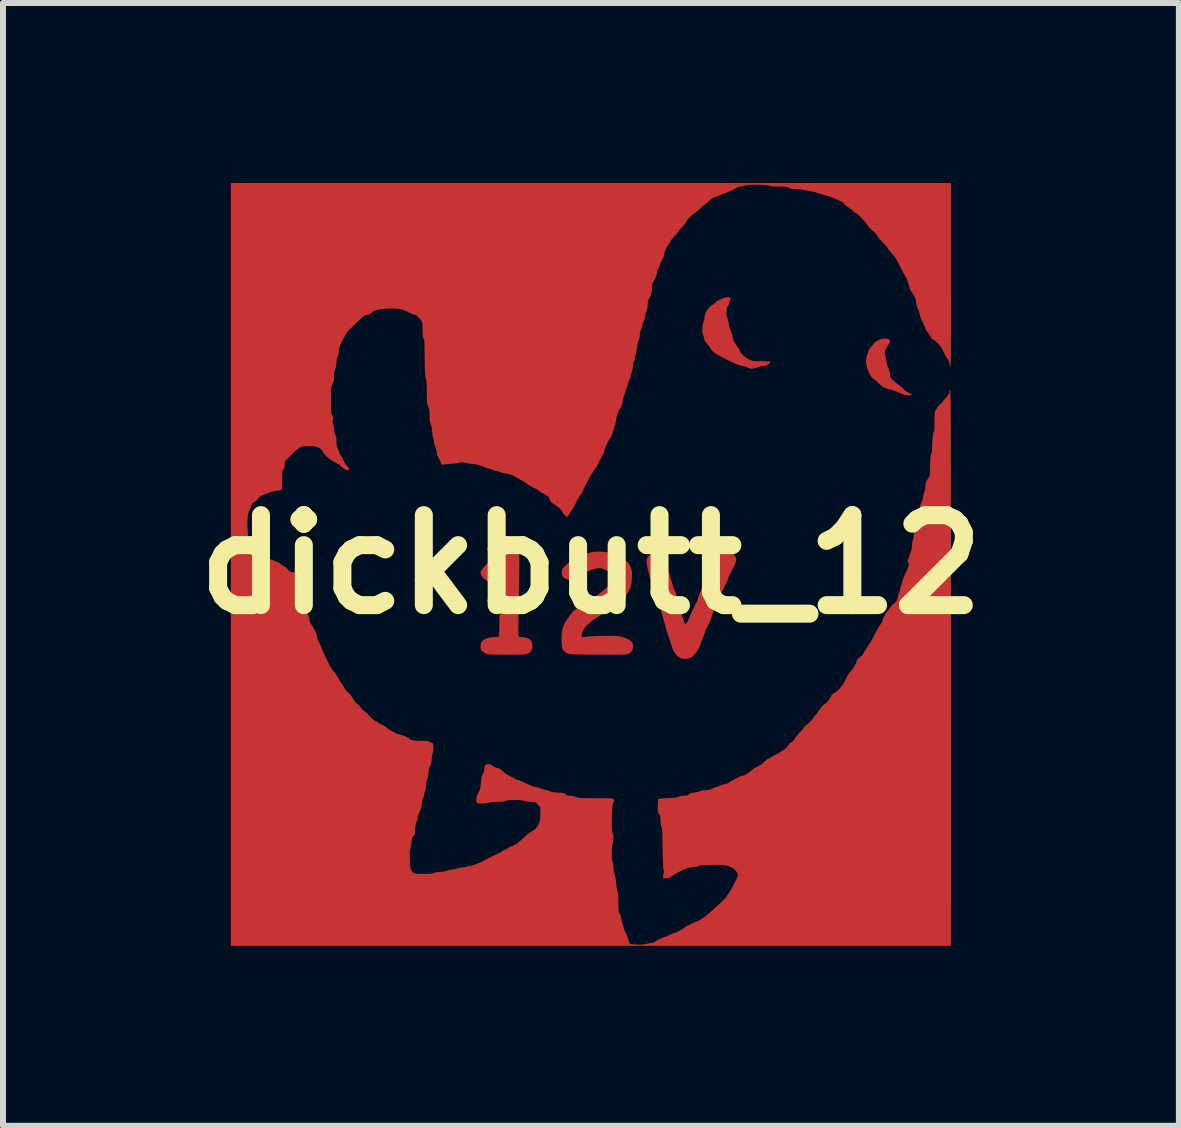
<source format=kicad_pcb>
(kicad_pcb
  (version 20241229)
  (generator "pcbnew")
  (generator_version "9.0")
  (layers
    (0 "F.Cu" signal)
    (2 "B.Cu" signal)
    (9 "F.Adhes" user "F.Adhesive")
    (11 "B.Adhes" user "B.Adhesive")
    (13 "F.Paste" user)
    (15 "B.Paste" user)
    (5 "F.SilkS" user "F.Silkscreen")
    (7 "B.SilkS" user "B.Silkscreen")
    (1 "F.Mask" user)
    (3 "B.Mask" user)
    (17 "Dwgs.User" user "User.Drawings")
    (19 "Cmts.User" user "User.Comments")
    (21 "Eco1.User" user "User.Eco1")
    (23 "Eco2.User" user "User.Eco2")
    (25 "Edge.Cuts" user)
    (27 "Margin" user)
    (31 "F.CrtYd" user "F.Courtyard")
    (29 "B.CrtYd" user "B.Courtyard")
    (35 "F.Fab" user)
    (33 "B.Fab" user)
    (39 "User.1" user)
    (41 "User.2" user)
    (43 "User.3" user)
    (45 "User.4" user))
  (footprint "dickbutt_12"
    (layer "F.Cu")
    (at 6.8 6.358)
    (property "Reference" "dickbutt_12" (at 0 0 0) (layer "F.SilkS") (effects (font (size 1.5 1.5) (thickness 0.3))))
    (attr board_only exclude_from_pos_files exclude_from_bom)
    (fp_poly (pts (xy 4.933 -3.762) (xy 4.961 -3.757) (xy 4.972 -3.752) (xy 4.982 -3.733) (xy 4.984 -3.709) (xy 4.978 -3.691) (xy 4.975 -3.688) (xy 4.966 -3.677) (xy 4.951 -3.653) (xy 4.932 -3.62) (xy 4.929 -3.614) (xy 4.908 -3.573) (xy 4.898 -3.544) (xy 4.897 -3.522) (xy 4.898 -3.52) (xy 4.904 -3.495) (xy 4.91 -3.46) (xy 4.913 -3.443) (xy 4.924 -3.385) (xy 4.933 -3.342) (xy 4.94 -3.311) (xy 4.948 -3.286) (xy 4.958 -3.265) (xy 4.962 -3.256) (xy 4.98 -3.206) (xy 4.984 -3.166) (xy 4.985 -3.141) (xy 4.991 -3.122) (xy 5.003 -3.103) (xy 5.026 -3.08) (xy 5.043 -3.064) (xy 5.08 -3.031) (xy 5.121 -2.998) (xy 5.155 -2.974) (xy 5.185 -2.951) (xy 5.208 -2.929) (xy 5.218 -2.915) (xy 5.234 -2.896) (xy 5.267 -2.875) (xy 5.289 -2.865) (xy 5.32 -2.849) (xy 5.342 -2.836) (xy 5.351 -2.827) (xy 5.342 -2.821) (xy 5.319 -2.818) (xy 5.287 -2.819) (xy 5.254 -2.822) (xy 5.225 -2.828) (xy 5.213 -2.832) (xy 5.181 -2.846) (xy 5.152 -2.857) (xy 5.126 -2.866) (xy 5.091 -2.881) (xy 5.061 -2.893) (xy 5.024 -2.907) (xy 4.991 -2.916) (xy 4.972 -2.919) (xy 4.95 -2.922) (xy 4.939 -2.928) (xy 4.926 -2.936) (xy 4.902 -2.943) (xy 4.897 -2.944) (xy 4.872 -2.953) (xy 4.844 -2.973) (xy 4.809 -3.007) (xy 4.801 -3.015) (xy 4.768 -3.047) (xy 4.737 -3.075) (xy 4.711 -3.094) (xy 4.706 -3.097) (xy 4.686 -3.112) (xy 4.666 -3.137) (xy 4.645 -3.174) (xy 4.634 -3.196) (xy 4.6 -3.285) (xy 4.584 -3.368) (xy 4.587 -3.442) (xy 4.608 -3.509) (xy 4.609 -3.512) (xy 4.621 -3.539) (xy 4.628 -3.561) (xy 4.628 -3.565) (xy 4.635 -3.58) (xy 4.651 -3.604) (xy 4.673 -3.631) (xy 4.698 -3.659) (xy 4.717 -3.683) (xy 4.727 -3.696) (xy 4.74 -3.709) (xy 4.765 -3.726) (xy 4.785 -3.737) (xy 4.826 -3.755) (xy 4.869 -3.763) (xy 4.897 -3.764)) (stroke (width 0) (type solid)) (fill yes) (layer "F.Cu"))
    (fp_poly (pts (xy 2.311 -4.451) (xy 2.326 -4.438) (xy 2.324 -4.413) (xy 2.315 -4.39) (xy 2.304 -4.364) (xy 2.299 -4.344) (xy 2.299 -4.342) (xy 2.294 -4.325) (xy 2.281 -4.301) (xy 2.279 -4.298) (xy 2.264 -4.262) (xy 2.258 -4.214) (xy 2.26 -4.161) (xy 2.27 -4.109) (xy 2.279 -4.084) (xy 2.291 -4.048) (xy 2.298 -4.013) (xy 2.299 -4.001) (xy 2.303 -3.968) (xy 2.313 -3.938) (xy 2.325 -3.912) (xy 2.339 -3.875) (xy 2.352 -3.835) (xy 2.363 -3.797) (xy 2.369 -3.768) (xy 2.37 -3.759) (xy 2.376 -3.737) (xy 2.392 -3.704) (xy 2.414 -3.667) (xy 2.439 -3.631) (xy 2.453 -3.613) (xy 2.471 -3.588) (xy 2.481 -3.564) (xy 2.482 -3.559) (xy 2.49 -3.539) (xy 2.511 -3.513) (xy 2.542 -3.483) (xy 2.579 -3.453) (xy 2.616 -3.427) (xy 2.646 -3.412) (xy 2.668 -3.402) (xy 2.69 -3.395) (xy 2.716 -3.391) (xy 2.749 -3.389) (xy 2.796 -3.388) (xy 2.844 -3.387) (xy 2.896 -3.387) (xy 2.941 -3.385) (xy 2.974 -3.383) (xy 2.992 -3.38) (xy 2.995 -3.379) (xy 2.99 -3.369) (xy 2.973 -3.351) (xy 2.958 -3.338) (xy 2.923 -3.316) (xy 2.89 -3.307) (xy 2.872 -3.306) (xy 2.835 -3.302) (xy 2.794 -3.292) (xy 2.78 -3.287) (xy 2.727 -3.269) (xy 2.686 -3.262) (xy 2.65 -3.265) (xy 2.615 -3.279) (xy 2.611 -3.281) (xy 2.577 -3.296) (xy 2.544 -3.305) (xy 2.532 -3.306) (xy 2.508 -3.31) (xy 2.471 -3.322) (xy 2.424 -3.34) (xy 2.372 -3.362) (xy 2.32 -3.386) (xy 2.273 -3.41) (xy 2.247 -3.424) (xy 2.208 -3.444) (xy 2.163 -3.467) (xy 2.138 -3.48) (xy 2.083 -3.511) (xy 2.042 -3.54) (xy 2.012 -3.571) (xy 1.988 -3.61) (xy 1.982 -3.621) (xy 1.967 -3.644) (xy 1.943 -3.67) (xy 1.935 -3.677) (xy 1.903 -3.718) (xy 1.892 -3.749) (xy 1.883 -3.785) (xy 1.87 -3.825) (xy 1.867 -3.834) (xy 1.859 -3.859) (xy 1.855 -3.883) (xy 1.856 -3.913) (xy 1.86 -3.954) (xy 1.862 -3.969) (xy 1.869 -4.01) (xy 1.875 -4.042) (xy 1.881 -4.062) (xy 1.883 -4.065) (xy 1.889 -4.077) (xy 1.892 -4.103) (xy 1.892 -4.113) (xy 1.902 -4.171) (xy 1.928 -4.228) (xy 1.967 -4.28) (xy 2.015 -4.322) (xy 2.036 -4.334) (xy 2.061 -4.35) (xy 2.077 -4.366) (xy 2.079 -4.369) (xy 2.092 -4.383) (xy 2.12 -4.401) (xy 2.157 -4.419) (xy 2.198 -4.435) (xy 2.237 -4.448) (xy 2.27 -4.455) (xy 2.278 -4.455)) (stroke (width 0) (type solid)) (fill yes) (layer "F.Cu"))
    (fp_poly (pts (xy -1.27 -0.23) (xy -1.225 -0.213) (xy -1.202 -0.193) (xy -1.2 -0.188) (xy -1.198 -0.178) (xy -1.196 -0.163) (xy -1.194 -0.141) (xy -1.193 -0.111) (xy -1.193 -0.071) (xy -1.193 -0.022) (xy -1.193 0.04) (xy -1.194 0.114) (xy -1.195 0.201) (xy -1.197 0.304) (xy -1.199 0.422) (xy -1.201 0.558) (xy -1.205 0.712) (xy -1.207 0.83) (xy -1.208 0.91) (xy -1.209 0.985) (xy -1.21 1.052) (xy -1.209 1.108) (xy -1.209 1.151) (xy -1.208 1.177) (xy -1.207 1.183) (xy -1.201 1.2) (xy -1.189 1.208) (xy -1.166 1.21) (xy -1.15 1.21) (xy -1.101 1.216) (xy -1.053 1.231) (xy -1.014 1.254) (xy -0.994 1.275) (xy -0.981 1.308) (xy -0.977 1.356) (xy -0.977 1.358) (xy -0.982 1.409) (xy -0.999 1.446) (xy -1.03 1.473) (xy -1.056 1.486) (xy -1.07 1.492) (xy -1.086 1.496) (xy -1.107 1.5) (xy -1.134 1.502) (xy -1.171 1.503) (xy -1.219 1.504) (xy -1.281 1.505) (xy -1.36 1.505) (xy -1.402 1.505) (xy -1.479 1.504) (xy -1.55 1.504) (xy -1.612 1.503) (xy -1.662 1.502) (xy -1.698 1.5) (xy -1.717 1.499) (xy -1.719 1.499) (xy -1.751 1.485) (xy -1.785 1.467) (xy -1.813 1.449) (xy -1.828 1.436) (xy -1.836 1.413) (xy -1.84 1.378) (xy -1.839 1.341) (xy -1.833 1.308) (xy -1.83 1.299) (xy -1.806 1.268) (xy -1.765 1.242) (xy -1.711 1.223) (xy -1.649 1.212) (xy -1.611 1.211) (xy -1.573 1.21) (xy -1.55 1.207) (xy -1.539 1.201) (xy -1.533 1.191) (xy -1.532 1.188) (xy -1.531 1.172) (xy -1.53 1.139) (xy -1.529 1.091) (xy -1.528 1.03) (xy -1.527 0.959) (xy -1.527 0.88) (xy -1.526 0.797) (xy -1.526 0.711) (xy -1.526 0.626) (xy -1.527 0.544) (xy -1.527 0.467) (xy -1.528 0.398) (xy -1.529 0.34) (xy -1.53 0.295) (xy -1.531 0.266) (xy -1.532 0.257) (xy -1.543 0.241) (xy -1.563 0.241) (xy -1.593 0.256) (xy -1.614 0.271) (xy -1.65 0.29) (xy -1.685 0.294) (xy -1.723 0.281) (xy -1.766 0.252) (xy -1.81 0.21) (xy -1.834 0.167) (xy -1.839 0.125) (xy -1.837 0.115) (xy -1.827 0.096) (xy -1.807 0.07) (xy -1.782 0.039) (xy -1.755 0.01) (xy -1.729 -0.014) (xy -1.71 -0.028) (xy -1.703 -0.031) (xy -1.689 -0.036) (xy -1.664 -0.05) (xy -1.639 -0.066) (xy -1.61 -0.085) (xy -1.588 -0.098) (xy -1.578 -0.102) (xy -1.565 -0.108) (xy -1.543 -0.123) (xy -1.519 -0.141) (xy -1.488 -0.164) (xy -1.459 -0.184) (xy -1.444 -0.194) (xy -1.382 -0.221) (xy -1.323 -0.233)) (stroke (width 0) (type solid)) (fill yes) (layer "F.Cu"))
    (fp_poly (pts (xy 2.319 -0.204) (xy 2.368 -0.177) (xy 2.396 -0.148) (xy 2.413 -0.12) (xy 2.421 -0.089) (xy 2.418 -0.054) (xy 2.405 -0.011) (xy 2.38 0.043) (xy 2.345 0.107) (xy 2.323 0.149) (xy 2.3 0.199) (xy 2.282 0.244) (xy 2.267 0.284) (xy 2.251 0.319) (xy 2.238 0.342) (xy 2.237 0.344) (xy 2.221 0.372) (xy 2.212 0.397) (xy 2.204 0.421) (xy 2.193 0.435) (xy 2.183 0.448) (xy 2.171 0.475) (xy 2.158 0.51) (xy 2.157 0.514) (xy 2.136 0.577) (xy 2.12 0.623) (xy 2.107 0.656) (xy 2.096 0.679) (xy 2.085 0.695) (xy 2.078 0.706) (xy 2.07 0.721) (xy 2.06 0.743) (xy 2.047 0.774) (xy 2.031 0.818) (xy 2.01 0.876) (xy 1.994 0.92) (xy 1.976 0.964) (xy 1.958 1.006) (xy 1.942 1.037) (xy 1.936 1.046) (xy 1.921 1.071) (xy 1.913 1.09) (xy 1.912 1.093) (xy 1.909 1.107) (xy 1.899 1.135) (xy 1.884 1.175) (xy 1.866 1.222) (xy 1.862 1.232) (xy 1.843 1.279) (xy 1.827 1.321) (xy 1.816 1.352) (xy 1.811 1.369) (xy 1.811 1.37) (xy 1.805 1.383) (xy 1.791 1.409) (xy 1.77 1.441) (xy 1.761 1.454) (xy 1.727 1.501) (xy 1.695 1.532) (xy 1.665 1.552) (xy 1.612 1.571) (xy 1.555 1.576) (xy 1.502 1.566) (xy 1.492 1.562) (xy 1.442 1.53) (xy 1.399 1.48) (xy 1.365 1.415) (xy 1.347 1.363) (xy 1.338 1.332) (xy 1.324 1.29) (xy 1.308 1.244) (xy 1.301 1.226) (xy 1.286 1.182) (xy 1.273 1.142) (xy 1.263 1.112) (xy 1.261 1.104) (xy 1.254 1.079) (xy 1.244 1.042) (xy 1.233 1.001) (xy 1.232 0.997) (xy 1.22 0.955) (xy 1.209 0.915) (xy 1.201 0.886) (xy 1.201 0.885) (xy 1.181 0.816) (xy 1.164 0.758) (xy 1.149 0.713) (xy 1.137 0.684) (xy 1.133 0.676) (xy 1.124 0.655) (xy 1.114 0.623) (xy 1.109 0.6) (xy 1.097 0.553) (xy 1.084 0.506) (xy 1.071 0.462) (xy 1.059 0.426) (xy 1.049 0.404) (xy 1.047 0.401) (xy 1.039 0.386) (xy 1.028 0.356) (xy 1.014 0.318) (xy 1 0.275) (xy 0.988 0.233) (xy 0.986 0.229) (xy 0.963 0.14) (xy 0.945 0.068) (xy 0.934 0.01) (xy 0.929 -0.035) (xy 0.929 -0.071) (xy 0.935 -0.098) (xy 0.945 -0.119) (xy 0.978 -0.155) (xy 1.02 -0.178) (xy 1.069 -0.191) (xy 1.119 -0.191) (xy 1.165 -0.18) (xy 1.205 -0.158) (xy 1.232 -0.123) (xy 1.232 -0.122) (xy 1.243 -0.095) (xy 1.254 -0.055) (xy 1.265 -0.012) (xy 1.267 -0.005) (xy 1.28 0.05) (xy 1.297 0.116) (xy 1.319 0.195) (xy 1.347 0.291) (xy 1.365 0.351) (xy 1.378 0.389) (xy 1.391 0.423) (xy 1.401 0.443) (xy 1.401 0.444) (xy 1.41 0.465) (xy 1.42 0.498) (xy 1.428 0.53) (xy 1.437 0.567) (xy 1.45 0.616) (xy 1.466 0.67) (xy 1.478 0.712) (xy 1.495 0.768) (xy 1.513 0.827) (xy 1.529 0.88) (xy 1.538 0.91) (xy 1.55 0.947) (xy 1.562 0.976) (xy 1.571 0.992) (xy 1.573 0.994) (xy 1.586 0.988) (xy 1.603 0.965) (xy 1.623 0.926) (xy 1.645 0.874) (xy 1.647 0.87) (xy 1.66 0.835) (xy 1.672 0.807) (xy 1.679 0.793) (xy 1.69 0.772) (xy 1.699 0.753) (xy 1.725 0.695) (xy 1.745 0.657) (xy 1.755 0.641) (xy 1.764 0.622) (xy 1.775 0.593) (xy 1.779 0.58) (xy 1.791 0.542) (xy 1.81 0.492) (xy 1.831 0.435) (xy 1.855 0.379) (xy 1.872 0.338) (xy 1.884 0.308) (xy 1.891 0.283) (xy 1.892 0.276) (xy 1.896 0.256) (xy 1.9 0.249) (xy 1.908 0.234) (xy 1.918 0.207) (xy 1.923 0.193) (xy 1.933 0.162) (xy 1.944 0.138) (xy 1.948 0.132) (xy 1.958 0.116) (xy 1.971 0.086) (xy 1.987 0.05) (xy 1.988 0.046) (xy 2.011 -0.008) (xy 2.035 -0.051) (xy 2.066 -0.091) (xy 2.105 -0.134) (xy 2.152 -0.175) (xy 2.194 -0.201) (xy 2.238 -0.212) (xy 2.261 -0.214)) (stroke (width 0) (type solid)) (fill yes) (layer "F.Cu"))
    (fp_poly (pts (xy 0.168 -0.213) (xy 0.215 -0.21) (xy 0.253 -0.206) (xy 0.268 -0.203) (xy 0.325 -0.187) (xy 0.372 -0.171) (xy 0.42 -0.152) (xy 0.453 -0.137) (xy 0.494 -0.117) (xy 0.536 -0.092) (xy 0.575 -0.066) (xy 0.608 -0.041) (xy 0.632 -0.02) (xy 0.641 -0.006) (xy 0.641 -0.006) (xy 0.645 0.01) (xy 0.656 0.036) (xy 0.663 0.051) (xy 0.674 0.077) (xy 0.68 0.103) (xy 0.683 0.137) (xy 0.684 0.184) (xy 0.684 0.199) (xy 0.677 0.3) (xy 0.657 0.387) (xy 0.624 0.459) (xy 0.581 0.516) (xy 0.562 0.539) (xy 0.55 0.558) (xy 0.549 0.562) (xy 0.541 0.581) (xy 0.516 0.606) (xy 0.479 0.638) (xy 0.43 0.672) (xy 0.409 0.686) (xy 0.376 0.707) (xy 0.349 0.723) (xy 0.333 0.732) (xy 0.331 0.732) (xy 0.32 0.738) (xy 0.296 0.752) (xy 0.265 0.771) (xy 0.232 0.793) (xy 0.201 0.814) (xy 0.177 0.831) (xy 0.167 0.839) (xy 0.146 0.855) (xy 0.115 0.876) (xy 0.085 0.894) (xy 0.05 0.916) (xy 0.018 0.938) (xy 0 0.953) (xy -0.021 0.973) (xy -0.05 1) (xy -0.073 1.021) (xy -0.108 1.059) (xy -0.132 1.101) (xy -0.142 1.129) (xy -0.154 1.171) (xy -0.157 1.196) (xy -0.154 1.203) (xy -0.138 1.208) (xy -0.105 1.208) (xy -0.053 1.203) (xy -0.047 1.202) (xy -0.005 1.198) (xy 0.051 1.195) (xy 0.118 1.192) (xy 0.189 1.191) (xy 0.256 1.19) (xy 0.327 1.19) (xy 0.382 1.191) (xy 0.423 1.193) (xy 0.457 1.195) (xy 0.484 1.2) (xy 0.511 1.206) (xy 0.54 1.215) (xy 0.545 1.216) (xy 0.6 1.236) (xy 0.64 1.257) (xy 0.665 1.278) (xy 0.687 1.302) (xy 0.698 1.323) (xy 0.702 1.352) (xy 0.702 1.366) (xy 0.697 1.41) (xy 0.682 1.443) (xy 0.651 1.471) (xy 0.631 1.484) (xy 0.622 1.489) (xy 0.612 1.493) (xy 0.599 1.497) (xy 0.582 1.499) (xy 0.559 1.501) (xy 0.527 1.503) (xy 0.485 1.504) (xy 0.431 1.504) (xy 0.362 1.505) (xy 0.278 1.505) (xy 0.176 1.504) (xy 0.137 1.504) (xy 0.024 1.504) (xy -0.077 1.503) (xy -0.166 1.502) (xy -0.24 1.5) (xy -0.298 1.498) (xy -0.338 1.496) (xy -0.36 1.493) (xy -0.361 1.493) (xy -0.416 1.471) (xy -0.457 1.437) (xy -0.474 1.412) (xy -0.481 1.388) (xy -0.486 1.348) (xy -0.489 1.298) (xy -0.49 1.243) (xy -0.489 1.187) (xy -0.486 1.137) (xy -0.481 1.098) (xy -0.479 1.088) (xy -0.465 1.042) (xy -0.451 1.002) (xy -0.438 0.975) (xy -0.435 0.971) (xy -0.426 0.959) (xy -0.409 0.934) (xy -0.388 0.901) (xy -0.38 0.89) (xy -0.342 0.836) (xy -0.306 0.792) (xy -0.266 0.755) (xy -0.219 0.721) (xy -0.16 0.685) (xy -0.122 0.664) (xy -0.055 0.627) (xy -0.007 0.595) (xy 0.022 0.57) (xy 0.03 0.56) (xy 0.043 0.543) (xy 0.052 0.539) (xy 0.071 0.533) (xy 0.1 0.515) (xy 0.136 0.49) (xy 0.177 0.459) (xy 0.217 0.426) (xy 0.253 0.394) (xy 0.282 0.365) (xy 0.293 0.351) (xy 0.318 0.316) (xy 0.332 0.288) (xy 0.339 0.257) (xy 0.343 0.223) (xy 0.349 0.154) (xy 0.294 0.12) (xy 0.231 0.086) (xy 0.177 0.066) (xy 0.131 0.061) (xy 0.08 0.068) (xy 0.019 0.086) (xy -0.047 0.115) (xy -0.112 0.151) (xy -0.17 0.19) (xy -0.209 0.216) (xy -0.252 0.239) (xy -0.295 0.256) (xy -0.329 0.264) (xy -0.336 0.264) (xy -0.371 0.259) (xy -0.41 0.244) (xy -0.446 0.225) (xy -0.47 0.204) (xy -0.472 0.202) (xy -0.484 0.171) (xy -0.488 0.131) (xy -0.482 0.093) (xy -0.477 0.078) (xy -0.463 0.058) (xy -0.44 0.032) (xy -0.428 0.02) (xy -0.406 0.001) (xy -0.375 -0.024) (xy -0.34 -0.05) (xy -0.304 -0.074) (xy -0.273 -0.095) (xy -0.25 -0.108) (xy -0.24 -0.112) (xy -0.228 -0.116) (xy -0.202 -0.126) (xy -0.17 -0.141) (xy -0.129 -0.159) (xy -0.087 -0.174) (xy -0.061 -0.183) (xy -0.028 -0.193) (xy 0.001 -0.202) (xy 0.008 -0.205) (xy 0.032 -0.209) (xy 0.071 -0.212) (xy 0.118 -0.213)) (stroke (width 0) (type solid)) (fill yes) (layer "F.Cu"))
    (fp_poly (pts (xy 6.002 -4.82) (xy 6.002 -4.611) (xy 6.002 -4.422) (xy 6.001 -4.252) (xy 6.001 -4.099) (xy 6.001 -3.963) (xy 6.001 -3.843) (xy 6 -3.737) (xy 6 -3.646) (xy 5.999 -3.567) (xy 5.999 -3.501) (xy 5.998 -3.446) (xy 5.997 -3.402) (xy 5.996 -3.366) (xy 5.994 -3.34) (xy 5.993 -3.321) (xy 5.992 -3.309) (xy 5.99 -3.302) (xy 5.988 -3.3) (xy 5.987 -3.301) (xy 5.976 -3.325) (xy 5.971 -3.356) (xy 5.971 -3.358) (xy 5.965 -3.392) (xy 5.946 -3.425) (xy 5.936 -3.437) (xy 5.914 -3.469) (xy 5.892 -3.51) (xy 5.875 -3.547) (xy 5.855 -3.593) (xy 5.828 -3.634) (xy 5.79 -3.676) (xy 5.786 -3.68) (xy 5.757 -3.708) (xy 5.732 -3.73) (xy 5.715 -3.742) (xy 5.712 -3.743) (xy 5.695 -3.752) (xy 5.675 -3.772) (xy 5.658 -3.798) (xy 5.651 -3.815) (xy 5.639 -3.837) (xy 5.618 -3.864) (xy 5.61 -3.871) (xy 5.581 -3.911) (xy 5.57 -3.942) (xy 5.56 -3.973) (xy 5.544 -4.01) (xy 5.527 -4.041) (xy 5.501 -4.093) (xy 5.485 -4.143) (xy 5.484 -4.153) (xy 5.474 -4.195) (xy 5.458 -4.239) (xy 5.45 -4.257) (xy 5.431 -4.309) (xy 5.419 -4.367) (xy 5.419 -4.372) (xy 5.414 -4.409) (xy 5.403 -4.444) (xy 5.385 -4.48) (xy 5.358 -4.524) (xy 5.335 -4.556) (xy 5.319 -4.584) (xy 5.31 -4.609) (xy 5.31 -4.613) (xy 5.306 -4.636) (xy 5.295 -4.668) (xy 5.29 -4.681) (xy 5.278 -4.711) (xy 5.27 -4.737) (xy 5.269 -4.744) (xy 5.264 -4.764) (xy 5.249 -4.79) (xy 5.246 -4.794) (xy 5.234 -4.815) (xy 5.214 -4.849) (xy 5.191 -4.893) (xy 5.164 -4.944) (xy 5.152 -4.969) (xy 5.125 -5.02) (xy 5.1 -5.067) (xy 5.079 -5.105) (xy 5.063 -5.13) (xy 5.057 -5.137) (xy 5.014 -5.186) (xy 4.983 -5.223) (xy 4.962 -5.248) (xy 4.949 -5.265) (xy 4.944 -5.275) (xy 4.944 -5.277) (xy 4.937 -5.289) (xy 4.918 -5.311) (xy 4.891 -5.339) (xy 4.872 -5.358) (xy 4.839 -5.391) (xy 4.811 -5.423) (xy 4.792 -5.448) (xy 4.787 -5.457) (xy 4.762 -5.497) (xy 4.722 -5.54) (xy 4.678 -5.576) (xy 4.655 -5.598) (xy 4.627 -5.63) (xy 4.599 -5.667) (xy 4.593 -5.676) (xy 4.567 -5.711) (xy 4.535 -5.749) (xy 4.5 -5.786) (xy 4.467 -5.818) (xy 4.438 -5.843) (xy 4.417 -5.857) (xy 4.41 -5.859) (xy 4.397 -5.866) (xy 4.376 -5.883) (xy 4.363 -5.895) (xy 4.332 -5.923) (xy 4.294 -5.95) (xy 4.282 -5.957) (xy 4.253 -5.976) (xy 4.232 -5.995) (xy 4.226 -6.004) (xy 4.221 -6.014) (xy 4.215 -6.022) (xy 4.205 -6.03) (xy 4.187 -6.04) (xy 4.158 -6.055) (xy 4.116 -6.075) (xy 4.089 -6.087) (xy 4.042 -6.108) (xy 3.994 -6.126) (xy 3.953 -6.14) (xy 3.937 -6.144) (xy 3.898 -6.154) (xy 3.862 -6.165) (xy 3.847 -6.171) (xy 3.82 -6.18) (xy 3.798 -6.185) (xy 3.796 -6.185) (xy 3.775 -6.189) (xy 3.753 -6.199) (xy 3.729 -6.207) (xy 3.693 -6.215) (xy 3.661 -6.219) (xy 3.618 -6.226) (xy 3.576 -6.235) (xy 3.552 -6.241) (xy 3.52 -6.248) (xy 3.477 -6.254) (xy 3.429 -6.256) (xy 3.423 -6.256) (xy 3.375 -6.257) (xy 3.341 -6.261) (xy 3.316 -6.269) (xy 3.304 -6.276) (xy 3.287 -6.285) (xy 3.267 -6.291) (xy 3.241 -6.294) (xy 3.203 -6.296) (xy 3.149 -6.297) (xy 3.14 -6.297) (xy 3.074 -6.298) (xy 3.024 -6.301) (xy 2.989 -6.307) (xy 2.974 -6.312) (xy 2.947 -6.318) (xy 2.904 -6.323) (xy 2.85 -6.327) (xy 2.79 -6.328) (xy 2.728 -6.328) (xy 2.669 -6.326) (xy 2.617 -6.322) (xy 2.578 -6.317) (xy 2.56 -6.312) (xy 2.524 -6.301) (xy 2.485 -6.297) (xy 2.483 -6.297) (xy 2.438 -6.288) (xy 2.414 -6.273) (xy 2.383 -6.252) (xy 2.348 -6.233) (xy 2.316 -6.219) (xy 2.295 -6.215) (xy 2.278 -6.21) (xy 2.274 -6.206) (xy 2.261 -6.197) (xy 2.241 -6.19) (xy 2.218 -6.182) (xy 2.184 -6.169) (xy 2.15 -6.154) (xy 2.115 -6.138) (xy 2.084 -6.128) (xy 2.066 -6.124) (xy 2.048 -6.117) (xy 2.021 -6.101) (xy 1.995 -6.08) (xy 1.96 -6.05) (xy 1.922 -6.019) (xy 1.901 -6.002) (xy 1.869 -5.975) (xy 1.831 -5.942) (xy 1.806 -5.92) (xy 1.772 -5.89) (xy 1.736 -5.861) (xy 1.714 -5.845) (xy 1.673 -5.813) (xy 1.638 -5.781) (xy 1.612 -5.753) (xy 1.598 -5.732) (xy 1.597 -5.726) (xy 1.591 -5.712) (xy 1.574 -5.687) (xy 1.55 -5.656) (xy 1.523 -5.625) (xy 1.497 -5.598) (xy 1.476 -5.578) (xy 1.473 -5.576) (xy 1.458 -5.56) (xy 1.455 -5.548) (xy 1.448 -5.535) (xy 1.43 -5.511) (xy 1.404 -5.482) (xy 1.394 -5.473) (xy 1.365 -5.442) (xy 1.342 -5.413) (xy 1.328 -5.392) (xy 1.327 -5.389) (xy 1.316 -5.367) (xy 1.297 -5.34) (xy 1.287 -5.328) (xy 1.262 -5.291) (xy 1.241 -5.245) (xy 1.226 -5.199) (xy 1.221 -5.162) (xy 1.216 -5.142) (xy 1.203 -5.111) (xy 1.185 -5.076) (xy 1.185 -5.076) (xy 1.167 -5.042) (xy 1.154 -5.012) (xy 1.149 -4.993) (xy 1.149 -4.993) (xy 1.144 -4.972) (xy 1.129 -4.946) (xy 1.128 -4.945) (xy 1.113 -4.914) (xy 1.102 -4.872) (xy 1.1 -4.855) (xy 1.089 -4.803) (xy 1.066 -4.757) (xy 1.058 -4.745) (xy 1.041 -4.719) (xy 1.03 -4.696) (xy 1.024 -4.67) (xy 1.019 -4.635) (xy 1.017 -4.598) (xy 1.013 -4.549) (xy 1.008 -4.515) (xy 0.999 -4.487) (xy 0.986 -4.46) (xy 0.978 -4.447) (xy 0.959 -4.411) (xy 0.949 -4.378) (xy 0.946 -4.339) (xy 0.946 -4.33) (xy 0.943 -4.284) (xy 0.934 -4.246) (xy 0.93 -4.237) (xy 0.92 -4.21) (xy 0.91 -4.172) (xy 0.905 -4.141) (xy 0.896 -4.095) (xy 0.883 -4.059) (xy 0.876 -4.047) (xy 0.86 -4.015) (xy 0.854 -3.983) (xy 0.849 -3.949) (xy 0.835 -3.916) (xy 0.834 -3.914) (xy 0.817 -3.867) (xy 0.814 -3.827) (xy 0.807 -3.772) (xy 0.793 -3.733) (xy 0.779 -3.692) (xy 0.773 -3.646) (xy 0.773 -3.645) (xy 0.77 -3.608) (xy 0.761 -3.563) (xy 0.753 -3.531) (xy 0.742 -3.492) (xy 0.735 -3.456) (xy 0.732 -3.433) (xy 0.728 -3.406) (xy 0.717 -3.388) (xy 0.717 -3.387) (xy 0.707 -3.368) (xy 0.702 -3.332) (xy 0.702 -3.312) (xy 0.695 -3.252) (xy 0.682 -3.209) (xy 0.669 -3.179) (xy 0.662 -3.151) (xy 0.662 -3.145) (xy 0.657 -3.119) (xy 0.647 -3.094) (xy 0.637 -3.068) (xy 0.625 -3.032) (xy 0.621 -3.017) (xy 0.611 -2.983) (xy 0.6 -2.955) (xy 0.595 -2.946) (xy 0.583 -2.92) (xy 0.58 -2.901) (xy 0.575 -2.877) (xy 0.564 -2.847) (xy 0.56 -2.839) (xy 0.548 -2.807) (xy 0.538 -2.766) (xy 0.533 -2.738) (xy 0.528 -2.704) (xy 0.522 -2.679) (xy 0.517 -2.669) (xy 0.51 -2.656) (xy 0.509 -2.641) (xy 0.501 -2.618) (xy 0.484 -2.595) (xy 0.483 -2.594) (xy 0.466 -2.573) (xy 0.458 -2.554) (xy 0.458 -2.553) (xy 0.454 -2.533) (xy 0.443 -2.504) (xy 0.438 -2.491) (xy 0.425 -2.453) (xy 0.418 -2.413) (xy 0.417 -2.403) (xy 0.414 -2.37) (xy 0.406 -2.342) (xy 0.403 -2.337) (xy 0.393 -2.313) (xy 0.384 -2.28) (xy 0.382 -2.266) (xy 0.375 -2.23) (xy 0.364 -2.198) (xy 0.361 -2.19) (xy 0.35 -2.166) (xy 0.346 -2.15) (xy 0.34 -2.135) (xy 0.326 -2.114) (xy 0.326 -2.113) (xy 0.308 -2.087) (xy 0.287 -2.05) (xy 0.266 -2.008) (xy 0.247 -1.966) (xy 0.232 -1.93) (xy 0.224 -1.904) (xy 0.224 -1.898) (xy 0.219 -1.876) (xy 0.206 -1.844) (xy 0.188 -1.809) (xy 0.188 -1.808) (xy 0.164 -1.764) (xy 0.139 -1.716) (xy 0.122 -1.683) (xy 0.101 -1.642) (xy 0.075 -1.602) (xy 0.058 -1.579) (xy 0.039 -1.552) (xy 0.014 -1.513) (xy -0.013 -1.467) (xy -0.035 -1.427) (xy -0.059 -1.38) (xy -0.082 -1.337) (xy -0.101 -1.302) (xy -0.112 -1.282) (xy -0.125 -1.254) (xy -0.132 -1.23) (xy -0.132 -1.226) (xy -0.139 -1.206) (xy -0.155 -1.182) (xy -0.157 -1.181) (xy -0.176 -1.157) (xy -0.199 -1.122) (xy -0.226 -1.074) (xy -0.259 -1.009) (xy -0.267 -0.992) (xy -0.287 -0.955) (xy -0.308 -0.921) (xy -0.322 -0.902) (xy -0.343 -0.872) (xy -0.364 -0.838) (xy -0.367 -0.833) (xy -0.382 -0.809) (xy -0.395 -0.795) (xy -0.398 -0.793) (xy -0.413 -0.801) (xy -0.434 -0.819) (xy -0.456 -0.842) (xy -0.472 -0.864) (xy -0.478 -0.878) (xy -0.486 -0.894) (xy -0.506 -0.918) (xy -0.535 -0.945) (xy -0.568 -0.972) (xy -0.601 -0.996) (xy -0.624 -1.008) (xy -0.664 -1.035) (xy -0.687 -1.068) (xy -0.692 -1.094) (xy -0.701 -1.114) (xy -0.724 -1.138) (xy -0.76 -1.164) (xy -0.802 -1.187) (xy -0.804 -1.188) (xy -0.835 -1.204) (xy -0.859 -1.219) (xy -0.868 -1.228) (xy -0.881 -1.239) (xy -0.907 -1.255) (xy -0.942 -1.273) (xy -0.954 -1.278) (xy -0.997 -1.3) (xy -1.038 -1.324) (xy -1.07 -1.345) (xy -1.072 -1.347) (xy -1.106 -1.372) (xy -1.147 -1.397) (xy -1.169 -1.409) (xy -1.205 -1.428) (xy -1.237 -1.447) (xy -1.252 -1.457) (xy -1.288 -1.477) (xy -1.334 -1.496) (xy -1.383 -1.51) (xy -1.423 -1.516) (xy -1.424 -1.516) (xy -1.456 -1.52) (xy -1.493 -1.531) (xy -1.504 -1.536) (xy -1.536 -1.548) (xy -1.565 -1.556) (xy -1.573 -1.556) (xy -1.598 -1.561) (xy -1.629 -1.572) (xy -1.638 -1.577) (xy -1.668 -1.589) (xy -1.695 -1.597) (xy -1.701 -1.597) (xy -1.725 -1.601) (xy -1.755 -1.612) (xy -1.765 -1.617) (xy -1.842 -1.649) (xy -1.923 -1.669) (xy -1.999 -1.678) (xy -2.044 -1.683) (xy -2.083 -1.689) (xy -2.112 -1.696) (xy -2.118 -1.699) (xy -2.143 -1.707) (xy -2.166 -1.702) (xy -2.174 -1.699) (xy -2.195 -1.693) (xy -2.232 -1.687) (xy -2.278 -1.681) (xy -2.324 -1.678) (xy -2.374 -1.674) (xy -2.418 -1.67) (xy -2.452 -1.667) (xy -2.469 -1.663) (xy -2.486 -1.661) (xy -2.495 -1.673) (xy -2.498 -1.685) (xy -2.507 -1.709) (xy -2.523 -1.743) (xy -2.54 -1.776) (xy -2.564 -1.829) (xy -2.573 -1.874) (xy -2.574 -1.881) (xy -2.579 -1.918) (xy -2.591 -1.957) (xy -2.594 -1.963) (xy -2.607 -1.998) (xy -2.614 -2.033) (xy -2.614 -2.04) (xy -2.618 -2.073) (xy -2.628 -2.103) (xy -2.628 -2.104) (xy -2.635 -2.127) (xy -2.642 -2.163) (xy -2.646 -2.206) (xy -2.647 -2.218) (xy -2.654 -2.278) (xy -2.665 -2.327) (xy -2.672 -2.346) (xy -2.682 -2.374) (xy -2.688 -2.406) (xy -2.689 -2.448) (xy -2.689 -2.477) (xy -2.689 -2.526) (xy -2.692 -2.562) (xy -2.699 -2.594) (xy -2.711 -2.626) (xy -2.72 -2.648) (xy -2.727 -2.668) (xy -2.731 -2.691) (xy -2.734 -2.72) (xy -2.735 -2.758) (xy -2.736 -2.809) (xy -2.736 -2.876) (xy -2.737 -2.948) (xy -2.738 -3.001) (xy -2.74 -3.04) (xy -2.743 -3.066) (xy -2.748 -3.083) (xy -2.751 -3.088) (xy -2.755 -3.1) (xy -2.759 -3.124) (xy -2.762 -3.16) (xy -2.765 -3.21) (xy -2.768 -3.275) (xy -2.77 -3.356) (xy -2.772 -3.454) (xy -2.774 -3.571) (xy -2.776 -3.701) (xy -2.779 -3.735) (xy -2.789 -3.764) (xy -2.792 -3.769) (xy -2.799 -3.786) (xy -2.804 -3.812) (xy -2.807 -3.851) (xy -2.808 -3.906) (xy -2.808 -3.914) (xy -2.808 -3.966) (xy -2.809 -4.002) (xy -2.812 -4.027) (xy -2.818 -4.045) (xy -2.827 -4.062) (xy -2.837 -4.076) (xy -2.868 -4.113) (xy -2.899 -4.142) (xy -2.926 -4.158) (xy -2.938 -4.16) (xy -2.955 -4.165) (xy -2.983 -4.176) (xy -3.019 -4.192) (xy -3.026 -4.195) (xy -3.084 -4.223) (xy -3.132 -4.242) (xy -3.175 -4.255) (xy -3.219 -4.262) (xy -3.272 -4.266) (xy -3.336 -4.267) (xy -3.429 -4.264) (xy -3.509 -4.254) (xy -3.575 -4.239) (xy -3.624 -4.218) (xy -3.645 -4.204) (xy -3.68 -4.178) (xy -3.72 -4.162) (xy -3.747 -4.156) (xy -3.766 -4.151) (xy -3.786 -4.14) (xy -3.81 -4.121) (xy -3.842 -4.093) (xy -3.884 -4.052) (xy -3.896 -4.04) (xy -3.937 -3.999) (xy -3.977 -3.961) (xy -4.01 -3.928) (xy -4.034 -3.905) (xy -4.04 -3.9) (xy -4.06 -3.876) (xy -4.085 -3.838) (xy -4.114 -3.788) (xy -4.138 -3.742) (xy -4.164 -3.689) (xy -4.182 -3.65) (xy -4.193 -3.62) (xy -4.199 -3.595) (xy -4.201 -3.57) (xy -4.201 -3.558) (xy -4.206 -3.506) (xy -4.221 -3.467) (xy -4.221 -3.466) (xy -4.235 -3.435) (xy -4.241 -3.393) (xy -4.242 -3.367) (xy -4.249 -3.299) (xy -4.262 -3.257) (xy -4.275 -3.219) (xy -4.281 -3.174) (xy -4.282 -3.131) (xy -4.284 -3.085) (xy -4.289 -3.051) (xy -4.299 -3.022) (xy -4.308 -3.003) (xy -4.316 -2.987) (xy -4.323 -2.971) (xy -4.327 -2.954) (xy -4.33 -2.931) (xy -4.332 -2.899) (xy -4.333 -2.857) (xy -4.333 -2.799) (xy -4.333 -2.733) (xy -4.333 -2.661) (xy -4.333 -2.605) (xy -4.332 -2.564) (xy -4.33 -2.535) (xy -4.327 -2.515) (xy -4.322 -2.5) (xy -4.316 -2.489) (xy -4.311 -2.482) (xy -4.298 -2.46) (xy -4.295 -2.442) (xy -4.301 -2.416) (xy -4.302 -2.413) (xy -4.31 -2.384) (xy -4.307 -2.361) (xy -4.299 -2.342) (xy -4.289 -2.312) (xy -4.283 -2.274) (xy -4.282 -2.26) (xy -4.278 -2.216) (xy -4.265 -2.173) (xy -4.262 -2.165) (xy -4.25 -2.127) (xy -4.243 -2.079) (xy -4.242 -2.04) (xy -4.24 -1.994) (xy -4.236 -1.964) (xy -4.228 -1.943) (xy -4.221 -1.933) (xy -4.207 -1.906) (xy -4.201 -1.881) (xy -4.195 -1.858) (xy -4.179 -1.828) (xy -4.166 -1.81) (xy -4.144 -1.778) (xy -4.128 -1.746) (xy -4.124 -1.731) (xy -4.111 -1.7) (xy -4.086 -1.665) (xy -4.073 -1.65) (xy -4.044 -1.617) (xy -4.03 -1.593) (xy -4.032 -1.578) (xy -4.044 -1.57) (xy -4.063 -1.57) (xy -4.088 -1.577) (xy -4.112 -1.589) (xy -4.128 -1.602) (xy -4.13 -1.607) (xy -4.138 -1.616) (xy -4.144 -1.617) (xy -4.159 -1.625) (xy -4.175 -1.643) (xy -4.191 -1.661) (xy -4.206 -1.668) (xy -4.221 -1.673) (xy -4.223 -1.676) (xy -4.233 -1.684) (xy -4.257 -1.698) (xy -4.287 -1.714) (xy -4.331 -1.74) (xy -4.376 -1.774) (xy -4.417 -1.809) (xy -4.449 -1.844) (xy -4.47 -1.875) (xy -4.474 -1.885) (xy -4.483 -1.907) (xy -4.5 -1.924) (xy -4.532 -1.942) (xy -4.537 -1.945) (xy -4.566 -1.958) (xy -4.592 -1.966) (xy -4.623 -1.97) (xy -4.664 -1.972) (xy -4.696 -1.973) (xy -4.752 -1.972) (xy -4.798 -1.967) (xy -4.838 -1.955) (xy -4.875 -1.935) (xy -4.914 -1.906) (xy -4.959 -1.864) (xy -5 -1.822) (xy -5.1 -1.718) (xy -5.104 -1.658) (xy -5.111 -1.614) (xy -5.122 -1.587) (xy -5.128 -1.581) (xy -5.135 -1.572) (xy -5.141 -1.56) (xy -5.144 -1.54) (xy -5.146 -1.511) (xy -5.147 -1.467) (xy -5.147 -1.409) (xy -5.148 -1.342) (xy -5.15 -1.295) (xy -5.153 -1.263) (xy -5.157 -1.247) (xy -5.16 -1.244) (xy -5.176 -1.237) (xy -5.206 -1.231) (xy -5.236 -1.227) (xy -5.29 -1.218) (xy -5.348 -1.202) (xy -5.414 -1.178) (xy -5.47 -1.154) (xy -5.514 -1.132) (xy -5.542 -1.108) (xy -5.553 -1.092) (xy -5.577 -1.064) (xy -5.606 -1.043) (xy -5.609 -1.041) (xy -5.642 -1.017) (xy -5.662 -0.983) (xy -5.666 -0.96) (xy -5.672 -0.942) (xy -5.686 -0.919) (xy -5.687 -0.917) (xy -5.705 -0.879) (xy -5.718 -0.823) (xy -5.725 -0.751) (xy -5.726 -0.663) (xy -5.722 -0.562) (xy -5.72 -0.532) (xy -5.715 -0.481) (xy -5.709 -0.446) (xy -5.702 -0.423) (xy -5.692 -0.407) (xy -5.69 -0.405) (xy -5.67 -0.379) (xy -5.651 -0.349) (xy -5.65 -0.348) (xy -5.636 -0.327) (xy -5.626 -0.316) (xy -5.624 -0.315) (xy -5.616 -0.306) (xy -5.605 -0.283) (xy -5.595 -0.25) (xy -5.589 -0.224) (xy -5.578 -0.185) (xy -5.561 -0.147) (xy -5.542 -0.118) (xy -5.526 -0.103) (xy -5.508 -0.099) (xy -5.476 -0.094) (xy -5.434 -0.091) (xy -5.412 -0.09) (xy -5.35 -0.085) (xy -5.309 -0.077) (xy -5.29 -0.069) (xy -5.261 -0.054) (xy -5.239 -0.046) (xy -5.215 -0.035) (xy -5.186 -0.017) (xy -5.178 -0.011) (xy -5.15 0.009) (xy -5.125 0.022) (xy -5.12 0.024) (xy -5.1 0.036) (xy -5.075 0.058) (xy -5.065 0.069) (xy -5.041 0.094) (xy -5.018 0.114) (xy -5.011 0.119) (xy -4.98 0.129) (xy -4.938 0.131) (xy -4.893 0.127) (xy -4.854 0.116) (xy -4.809 0.106) (xy -4.756 0.104) (xy -4.754 0.104) (xy -4.694 0.107) (xy -4.698 0.168) (xy -4.702 0.204) (xy -4.71 0.235) (xy -4.716 0.249) (xy -4.724 0.272) (xy -4.729 0.308) (xy -4.73 0.33) (xy -4.736 0.388) (xy -4.75 0.43) (xy -4.764 0.469) (xy -4.771 0.52) (xy -4.772 0.576) (xy -4.767 0.629) (xy -4.755 0.673) (xy -4.75 0.684) (xy -4.737 0.718) (xy -4.73 0.751) (xy -4.73 0.757) (xy -4.726 0.79) (xy -4.716 0.825) (xy -4.715 0.826) (xy -4.705 0.858) (xy -4.697 0.898) (xy -4.694 0.917) (xy -4.689 0.949) (xy -4.681 0.974) (xy -4.676 0.982) (xy -4.665 0.995) (xy -4.648 1.02) (xy -4.626 1.054) (xy -4.618 1.067) (xy -4.591 1.117) (xy -4.575 1.159) (xy -4.566 1.202) (xy -4.566 1.203) (xy -4.557 1.25) (xy -4.542 1.282) (xy -4.539 1.285) (xy -4.525 1.306) (xy -4.51 1.339) (xy -4.496 1.377) (xy -4.495 1.378) (xy -4.48 1.422) (xy -4.462 1.465) (xy -4.448 1.495) (xy -4.433 1.524) (xy -4.413 1.565) (xy -4.39 1.612) (xy -4.375 1.643) (xy -4.351 1.688) (xy -4.327 1.729) (xy -4.305 1.761) (xy -4.293 1.775) (xy -4.267 1.804) (xy -4.245 1.836) (xy -4.242 1.841) (xy -4.215 1.893) (xy -4.195 1.929) (xy -4.179 1.955) (xy -4.166 1.972) (xy -4.161 1.978) (xy -4.146 1.998) (xy -4.126 2.029) (xy -4.112 2.055) (xy -4.09 2.09) (xy -4.065 2.12) (xy -4.049 2.134) (xy -4.024 2.153) (xy -4.006 2.172) (xy -4.004 2.175) (xy -3.993 2.194) (xy -3.976 2.223) (xy -3.958 2.253) (xy -3.934 2.287) (xy -3.908 2.316) (xy -3.89 2.331) (xy -3.862 2.354) (xy -3.838 2.383) (xy -3.836 2.386) (xy -3.813 2.415) (xy -3.785 2.439) (xy -3.782 2.441) (xy -3.76 2.458) (xy -3.73 2.485) (xy -3.698 2.518) (xy -3.688 2.529) (xy -3.656 2.562) (xy -3.624 2.59) (xy -3.597 2.609) (xy -3.592 2.611) (xy -3.562 2.626) (xy -3.537 2.643) (xy -3.535 2.644) (xy -3.509 2.661) (xy -3.486 2.669) (xy -3.462 2.68) (xy -3.433 2.7) (xy -3.414 2.716) (xy -3.387 2.736) (xy -3.35 2.76) (xy -3.307 2.784) (xy -3.262 2.807) (xy -3.222 2.825) (xy -3.19 2.836) (xy -3.176 2.838) (xy -3.151 2.843) (xy -3.115 2.855) (xy -3.079 2.87) (xy -3.049 2.887) (xy -3.039 2.894) (xy -3.015 2.913) (xy -2.99 2.926) (xy -2.961 2.934) (xy -2.923 2.938) (xy -2.871 2.94) (xy -2.843 2.94) (xy -2.788 2.94) (xy -2.749 2.942) (xy -2.72 2.946) (xy -2.697 2.953) (xy -2.675 2.963) (xy -2.675 2.963) (xy -2.63 2.986) (xy -2.626 3.049) (xy -2.627 3.092) (xy -2.632 3.125) (xy -2.636 3.135) (xy -2.643 3.156) (xy -2.649 3.19) (xy -2.654 3.233) (xy -2.655 3.247) (xy -2.66 3.296) (xy -2.666 3.33) (xy -2.676 3.354) (xy -2.683 3.366) (xy -2.698 3.392) (xy -2.704 3.424) (xy -2.706 3.457) (xy -2.712 3.519) (xy -2.726 3.565) (xy -2.743 3.626) (xy -2.747 3.681) (xy -2.75 3.728) (xy -2.758 3.761) (xy -2.762 3.768) (xy -2.773 3.793) (xy -2.777 3.819) (xy -2.782 3.848) (xy -2.793 3.882) (xy -2.798 3.895) (xy -2.811 3.935) (xy -2.817 3.978) (xy -2.818 3.988) (xy -2.823 4.031) (xy -2.839 4.081) (xy -2.853 4.115) (xy -2.87 4.156) (xy -2.883 4.195) (xy -2.889 4.224) (xy -2.889 4.228) (xy -2.894 4.26) (xy -2.906 4.295) (xy -2.909 4.303) (xy -2.921 4.333) (xy -2.928 4.37) (xy -2.93 4.42) (xy -2.93 4.424) (xy -2.93 4.466) (xy -2.933 4.492) (xy -2.939 4.507) (xy -2.948 4.515) (xy -2.949 4.516) (xy -2.97 4.538) (xy -2.984 4.576) (xy -2.99 4.628) (xy -2.991 4.646) (xy -2.994 4.686) (xy -3.003 4.722) (xy -3.007 4.733) (xy -3.014 4.749) (xy -3.018 4.769) (xy -3.02 4.797) (xy -3.021 4.836) (xy -3.019 4.891) (xy -3.019 4.913) (xy -3.016 4.973) (xy -3.013 5.018) (xy -3.009 5.05) (xy -3.003 5.074) (xy -2.995 5.094) (xy -2.99 5.103) (xy -2.979 5.122) (xy -2.966 5.137) (xy -2.949 5.146) (xy -2.924 5.152) (xy -2.888 5.156) (xy -2.838 5.157) (xy -2.778 5.157) (xy -2.715 5.156) (xy -2.67 5.153) (xy -2.639 5.148) (xy -2.624 5.142) (xy -2.599 5.134) (xy -2.56 5.128) (xy -2.53 5.127) (xy -2.467 5.122) (xy -2.408 5.108) (xy -2.403 5.106) (xy -2.365 5.095) (xy -2.329 5.088) (xy -2.311 5.086) (xy -2.276 5.082) (xy -2.245 5.072) (xy -2.217 5.063) (xy -2.178 5.056) (xy -2.148 5.052) (xy -2.112 5.048) (xy -2.085 5.042) (xy -2.072 5.036) (xy -2.055 5.029) (xy -2.028 5.025) (xy -2.021 5.025) (xy -1.996 5.021) (xy -1.958 5.01) (xy -1.912 4.994) (xy -1.865 4.976) (xy -1.822 4.957) (xy -1.787 4.939) (xy -1.77 4.928) (xy -1.755 4.919) (xy -1.726 4.904) (xy -1.686 4.885) (xy -1.64 4.863) (xy -1.629 4.858) (xy -1.58 4.835) (xy -1.536 4.813) (xy -1.501 4.795) (xy -1.479 4.782) (xy -1.477 4.781) (xy -1.457 4.767) (xy -1.442 4.761) (xy -1.442 4.761) (xy -1.429 4.755) (xy -1.405 4.742) (xy -1.387 4.73) (xy -1.356 4.711) (xy -1.326 4.697) (xy -1.314 4.693) (xy -1.281 4.679) (xy -1.239 4.653) (xy -1.192 4.618) (xy -1.144 4.576) (xy -1.114 4.547) (xy -1.077 4.513) (xy -1.037 4.481) (xy -1.001 4.458) (xy -0.997 4.456) (xy -0.951 4.429) (xy -0.918 4.4) (xy -0.891 4.363) (xy -0.871 4.324) (xy -0.859 4.296) (xy -0.851 4.27) (xy -0.846 4.24) (xy -0.845 4.201) (xy -0.844 4.16) (xy -0.844 4.051) (xy -0.883 4.007) (xy -0.922 3.963) (xy -1.013 3.957) (xy -1.057 3.953) (xy -1.094 3.948) (xy -1.12 3.941) (xy -1.126 3.939) (xy -1.148 3.933) (xy -1.185 3.929) (xy -1.232 3.927) (xy -1.283 3.926) (xy -1.333 3.928) (xy -1.378 3.932) (xy -1.411 3.937) (xy -1.424 3.942) (xy -1.45 3.95) (xy -1.493 3.955) (xy -1.556 3.957) (xy -1.556 3.957) (xy -1.616 3.959) (xy -1.666 3.964) (xy -1.702 3.972) (xy -1.704 3.973) (xy -1.736 3.98) (xy -1.776 3.985) (xy -1.819 3.987) (xy -1.858 3.986) (xy -1.887 3.981) (xy -1.9 3.975) (xy -1.908 3.958) (xy -1.912 3.93) (xy -1.912 3.919) (xy -1.91 3.887) (xy -1.903 3.859) (xy -1.886 3.825) (xy -1.88 3.815) (xy -1.862 3.779) (xy -1.849 3.744) (xy -1.841 3.702) (xy -1.835 3.649) (xy -1.833 3.63) (xy -1.828 3.577) (xy -1.822 3.541) (xy -1.815 3.516) (xy -1.805 3.497) (xy -1.802 3.494) (xy -1.785 3.459) (xy -1.78 3.419) (xy -1.775 3.372) (xy -1.758 3.343) (xy -1.73 3.328) (xy -1.711 3.326) (xy -1.673 3.334) (xy -1.639 3.356) (xy -1.596 3.382) (xy -1.56 3.392) (xy -1.529 3.4) (xy -1.503 3.416) (xy -1.473 3.445) (xy -1.472 3.445) (xy -1.425 3.486) (xy -1.368 3.519) (xy -1.365 3.521) (xy -1.327 3.539) (xy -1.293 3.557) (xy -1.271 3.57) (xy -1.247 3.585) (xy -1.226 3.591) (xy -1.225 3.591) (xy -1.207 3.595) (xy -1.177 3.606) (xy -1.141 3.622) (xy -1.135 3.625) (xy -1.064 3.658) (xy -1.011 3.682) (xy -0.973 3.697) (xy -0.95 3.703) (xy -0.947 3.703) (xy -0.93 3.706) (xy -0.899 3.714) (xy -0.862 3.726) (xy -0.854 3.729) (xy -0.811 3.743) (xy -0.768 3.756) (xy -0.735 3.764) (xy -0.733 3.764) (xy -0.703 3.773) (xy -0.68 3.782) (xy -0.675 3.785) (xy -0.66 3.79) (xy -0.629 3.795) (xy -0.588 3.8) (xy -0.548 3.804) (xy -0.497 3.807) (xy -0.463 3.811) (xy -0.441 3.816) (xy -0.428 3.823) (xy -0.419 3.833) (xy -0.419 3.833) (xy -0.406 3.847) (xy -0.386 3.853) (xy -0.353 3.855) (xy -0.35 3.855) (xy -0.305 3.86) (xy -0.258 3.871) (xy -0.244 3.876) (xy -0.227 3.882) (xy -0.209 3.886) (xy -0.188 3.89) (xy -0.159 3.893) (xy -0.122 3.894) (xy -0.073 3.895) (xy -0.01 3.896) (xy 0.071 3.896) (xy 0.086 3.896) (xy 0.174 3.896) (xy 0.245 3.897) (xy 0.299 3.898) (xy 0.338 3.901) (xy 0.364 3.906) (xy 0.379 3.914) (xy 0.386 3.924) (xy 0.385 3.939) (xy 0.379 3.957) (xy 0.371 3.976) (xy 0.364 4.004) (xy 0.357 4.048) (xy 0.352 4.104) (xy 0.349 4.166) (xy 0.347 4.232) (xy 0.346 4.297) (xy 0.347 4.358) (xy 0.35 4.411) (xy 0.354 4.451) (xy 0.361 4.475) (xy 0.361 4.475) (xy 0.371 4.51) (xy 0.375 4.557) (xy 0.373 4.607) (xy 0.364 4.653) (xy 0.361 4.664) (xy 0.354 4.695) (xy 0.349 4.739) (xy 0.346 4.79) (xy 0.346 4.843) (xy 0.348 4.893) (xy 0.353 4.934) (xy 0.36 4.961) (xy 0.361 4.964) (xy 0.369 4.988) (xy 0.375 5.025) (xy 0.376 5.056) (xy 0.379 5.098) (xy 0.386 5.139) (xy 0.393 5.162) (xy 0.401 5.191) (xy 0.409 5.232) (xy 0.416 5.28) (xy 0.418 5.305) (xy 0.424 5.354) (xy 0.431 5.401) (xy 0.439 5.439) (xy 0.443 5.452) (xy 0.45 5.483) (xy 0.455 5.528) (xy 0.457 5.589) (xy 0.458 5.646) (xy 0.458 5.705) (xy 0.459 5.747) (xy 0.461 5.776) (xy 0.465 5.796) (xy 0.471 5.809) (xy 0.478 5.818) (xy 0.491 5.842) (xy 0.501 5.876) (xy 0.503 5.888) (xy 0.509 5.925) (xy 0.517 5.958) (xy 0.52 5.966) (xy 0.53 5.997) (xy 0.539 6.033) (xy 0.539 6.037) (xy 0.548 6.067) (xy 0.564 6.106) (xy 0.582 6.147) (xy 0.583 6.149) (xy 0.601 6.19) (xy 0.616 6.231) (xy 0.625 6.262) (xy 0.625 6.263) (xy 0.633 6.293) (xy 0.645 6.315) (xy 0.648 6.319) (xy 0.668 6.327) (xy 0.703 6.332) (xy 0.749 6.336) (xy 0.799 6.337) (xy 0.849 6.335) (xy 0.895 6.331) (xy 0.93 6.325) (xy 0.935 6.323) (xy 0.972 6.313) (xy 1.007 6.307) (xy 1.02 6.307) (xy 1.056 6.299) (xy 1.088 6.276) (xy 1.112 6.258) (xy 1.131 6.247) (xy 1.136 6.246) (xy 1.153 6.241) (xy 1.179 6.23) (xy 1.187 6.225) (xy 1.214 6.213) (xy 1.235 6.206) (xy 1.239 6.205) (xy 1.254 6.201) (xy 1.281 6.189) (xy 1.312 6.175) (xy 1.345 6.159) (xy 1.372 6.148) (xy 1.386 6.144) (xy 1.406 6.139) (xy 1.437 6.126) (xy 1.473 6.108) (xy 1.508 6.088) (xy 1.535 6.07) (xy 1.538 6.067) (xy 1.568 6.046) (xy 1.599 6.028) (xy 1.601 6.027) (xy 1.627 6.014) (xy 1.648 6.002) (xy 1.648 6.002) (xy 1.664 5.994) (xy 1.69 5.981) (xy 1.722 5.967) (xy 1.752 5.953) (xy 1.775 5.944) (xy 1.785 5.941) (xy 1.801 5.934) (xy 1.829 5.917) (xy 1.866 5.892) (xy 1.907 5.862) (xy 1.951 5.828) (xy 1.992 5.794) (xy 2.029 5.761) (xy 2.046 5.746) (xy 2.072 5.72) (xy 2.109 5.686) (xy 2.15 5.649) (xy 2.18 5.621) (xy 2.214 5.588) (xy 2.243 5.56) (xy 2.262 5.539) (xy 2.268 5.528) (xy 2.274 5.513) (xy 2.289 5.49) (xy 2.291 5.487) (xy 2.312 5.457) (xy 2.337 5.416) (xy 2.363 5.369) (xy 2.39 5.319) (xy 2.414 5.27) (xy 2.433 5.227) (xy 2.447 5.193) (xy 2.452 5.173) (xy 2.444 5.149) (xy 2.424 5.119) (xy 2.398 5.089) (xy 2.369 5.064) (xy 2.343 5.05) (xy 2.341 5.049) (xy 2.311 5.038) (xy 2.289 5.026) (xy 2.269 5.02) (xy 2.233 5.015) (xy 2.183 5.011) (xy 2.125 5.009) (xy 2.062 5.008) (xy 1.997 5.008) (xy 1.935 5.01) (xy 1.88 5.012) (xy 1.834 5.017) (xy 1.802 5.022) (xy 1.79 5.026) (xy 1.764 5.037) (xy 1.724 5.044) (xy 1.693 5.047) (xy 1.659 5.05) (xy 1.627 5.056) (xy 1.594 5.067) (xy 1.552 5.084) (xy 1.505 5.106) (xy 1.457 5.13) (xy 1.412 5.155) (xy 1.375 5.177) (xy 1.353 5.194) (xy 1.326 5.215) (xy 1.299 5.226) (xy 1.261 5.23) (xy 1.205 5.234) (xy 1.202 5.199) (xy 1.203 5.173) (xy 1.209 5.155) (xy 1.21 5.154) (xy 1.219 5.137) (xy 1.218 5.114) (xy 1.21 5.089) (xy 1.206 5.069) (xy 1.203 5.03) (xy 1.2 4.971) (xy 1.197 4.894) (xy 1.195 4.8) (xy 1.193 4.688) (xy 1.191 4.56) (xy 1.19 4.489) (xy 1.188 4.44) (xy 1.182 4.397) (xy 1.175 4.37) (xy 1.167 4.341) (xy 1.161 4.301) (xy 1.16 4.264) (xy 1.158 4.222) (xy 1.153 4.194) (xy 1.143 4.173) (xy 1.137 4.165) (xy 1.126 4.149) (xy 1.12 4.132) (xy 1.116 4.109) (xy 1.114 4.074) (xy 1.114 4.027) (xy 1.115 3.981) (xy 1.117 3.944) (xy 1.12 3.918) (xy 1.122 3.91) (xy 1.135 3.906) (xy 1.164 3.903) (xy 1.206 3.899) (xy 1.256 3.896) (xy 1.275 3.895) (xy 1.343 3.892) (xy 1.394 3.887) (xy 1.431 3.881) (xy 1.456 3.873) (xy 1.457 3.873) (xy 1.493 3.862) (xy 1.538 3.856) (xy 1.555 3.855) (xy 1.591 3.854) (xy 1.612 3.849) (xy 1.625 3.839) (xy 1.63 3.833) (xy 1.642 3.82) (xy 1.663 3.812) (xy 1.698 3.805) (xy 1.715 3.803) (xy 1.756 3.797) (xy 1.793 3.788) (xy 1.816 3.78) (xy 1.846 3.77) (xy 1.888 3.764) (xy 1.907 3.764) (xy 1.965 3.758) (xy 2.004 3.745) (xy 2.039 3.729) (xy 2.076 3.715) (xy 2.08 3.713) (xy 2.117 3.7) (xy 2.156 3.684) (xy 2.162 3.681) (xy 2.196 3.669) (xy 2.228 3.662) (xy 2.235 3.662) (xy 2.269 3.654) (xy 2.297 3.637) (xy 2.325 3.617) (xy 2.361 3.597) (xy 2.373 3.592) (xy 2.412 3.573) (xy 2.451 3.551) (xy 2.46 3.546) (xy 2.492 3.53) (xy 2.522 3.521) (xy 2.531 3.52) (xy 2.558 3.514) (xy 2.589 3.499) (xy 2.595 3.494) (xy 2.624 3.474) (xy 2.651 3.455) (xy 2.655 3.452) (xy 2.682 3.432) (xy 2.706 3.411) (xy 2.729 3.394) (xy 2.763 3.375) (xy 2.787 3.363) (xy 2.833 3.337) (xy 2.878 3.301) (xy 2.892 3.287) (xy 2.92 3.261) (xy 2.944 3.242) (xy 2.96 3.235) (xy 2.96 3.235) (xy 2.98 3.228) (xy 3.004 3.213) (xy 3.008 3.21) (xy 3.037 3.191) (xy 3.065 3.178) (xy 3.067 3.178) (xy 3.092 3.167) (xy 3.124 3.149) (xy 3.141 3.137) (xy 3.167 3.118) (xy 3.187 3.105) (xy 3.195 3.103) (xy 3.209 3.095) (xy 3.232 3.078) (xy 3.257 3.054) (xy 3.279 3.029) (xy 3.294 3.008) (xy 3.297 3.004) (xy 3.313 2.981) (xy 3.329 2.971) (xy 3.361 2.95) (xy 3.392 2.915) (xy 3.411 2.884) (xy 3.426 2.862) (xy 3.451 2.832) (xy 3.481 2.801) (xy 3.482 2.799) (xy 3.511 2.769) (xy 3.535 2.739) (xy 3.55 2.717) (xy 3.55 2.716) (xy 3.566 2.693) (xy 3.584 2.679) (xy 3.601 2.669) (xy 3.626 2.648) (xy 3.653 2.621) (xy 3.68 2.593) (xy 3.701 2.568) (xy 3.712 2.549) (xy 3.713 2.546) (xy 3.72 2.532) (xy 3.739 2.514) (xy 3.743 2.511) (xy 3.765 2.491) (xy 3.779 2.471) (xy 3.78 2.469) (xy 3.796 2.436) (xy 3.821 2.399) (xy 3.851 2.365) (xy 3.878 2.341) (xy 3.878 2.341) (xy 3.925 2.305) (xy 3.966 2.26) (xy 3.995 2.213) (xy 3.998 2.204) (xy 4.014 2.174) (xy 4.036 2.153) (xy 4.062 2.139) (xy 4.105 2.109) (xy 4.151 2.064) (xy 4.195 2.007) (xy 4.233 1.943) (xy 4.246 1.916) (xy 4.267 1.875) (xy 4.288 1.838) (xy 4.306 1.81) (xy 4.308 1.807) (xy 4.36 1.742) (xy 4.396 1.69) (xy 4.418 1.652) (xy 4.425 1.628) (xy 4.428 1.606) (xy 4.438 1.587) (xy 4.459 1.565) (xy 4.493 1.537) (xy 4.494 1.537) (xy 4.518 1.516) (xy 4.534 1.498) (xy 4.537 1.491) (xy 4.543 1.476) (xy 4.558 1.452) (xy 4.567 1.44) (xy 4.587 1.412) (xy 4.601 1.387) (xy 4.604 1.38) (xy 4.616 1.354) (xy 4.627 1.339) (xy 4.644 1.317) (xy 4.665 1.284) (xy 4.69 1.24) (xy 4.722 1.181) (xy 4.746 1.134) (xy 4.77 1.088) (xy 4.795 1.045) (xy 4.817 1.011) (xy 4.832 0.991) (xy 4.856 0.956) (xy 4.862 0.93) (xy 4.868 0.903) (xy 4.882 0.871) (xy 4.888 0.862) (xy 4.903 0.838) (xy 4.912 0.819) (xy 4.913 0.815) (xy 4.92 0.803) (xy 4.937 0.782) (xy 4.953 0.764) (xy 4.976 0.737) (xy 4.994 0.715) (xy 4.999 0.704) (xy 5.01 0.688) (xy 5.033 0.667) (xy 5.047 0.656) (xy 5.089 0.617) (xy 5.112 0.574) (xy 5.117 0.539) (xy 5.122 0.508) (xy 5.132 0.485) (xy 5.142 0.461) (xy 5.151 0.427) (xy 5.154 0.411) (xy 5.16 0.375) (xy 5.17 0.343) (xy 5.174 0.334) (xy 5.184 0.308) (xy 5.188 0.288) (xy 5.193 0.268) (xy 5.204 0.239) (xy 5.208 0.229) (xy 5.22 0.202) (xy 5.227 0.182) (xy 5.228 0.178) (xy 5.233 0.164) (xy 5.245 0.138) (xy 5.262 0.105) (xy 5.264 0.101) (xy 5.287 0.053) (xy 5.298 0.014) (xy 5.298 -0.014) (xy 5.29 -0.025) (xy 5.281 -0.041) (xy 5.281 -0.066) (xy 5.288 -0.093) (xy 5.295 -0.106) (xy 5.307 -0.131) (xy 5.31 -0.147) (xy 5.314 -0.17) (xy 5.326 -0.199) (xy 5.33 -0.209) (xy 5.345 -0.251) (xy 5.35 -0.305) (xy 5.351 -0.315) (xy 5.353 -0.358) (xy 5.359 -0.39) (xy 5.364 -0.402) (xy 5.372 -0.422) (xy 5.378 -0.455) (xy 5.383 -0.495) (xy 5.383 -0.501) (xy 5.387 -0.54) (xy 5.393 -0.573) (xy 5.399 -0.592) (xy 5.4 -0.593) (xy 5.407 -0.61) (xy 5.414 -0.641) (xy 5.418 -0.672) (xy 5.424 -0.711) (xy 5.432 -0.745) (xy 5.439 -0.762) (xy 5.448 -0.79) (xy 5.452 -0.824) (xy 5.452 -0.83) (xy 5.456 -0.861) (xy 5.465 -0.887) (xy 5.467 -0.891) (xy 5.477 -0.914) (xy 5.483 -0.945) (xy 5.483 -0.951) (xy 5.491 -0.993) (xy 5.509 -1.032) (xy 5.53 -1.085) (xy 5.534 -1.117) (xy 5.539 -1.155) (xy 5.551 -1.194) (xy 5.554 -1.2) (xy 5.571 -1.254) (xy 5.574 -1.3) (xy 5.576 -1.337) (xy 5.584 -1.367) (xy 5.599 -1.4) (xy 5.611 -1.42) (xy 5.648 -1.48) (xy 5.653 -1.653) (xy 5.656 -1.726) (xy 5.659 -1.78) (xy 5.664 -1.818) (xy 5.669 -1.842) (xy 5.672 -1.849) (xy 5.682 -1.875) (xy 5.686 -1.907) (xy 5.686 -1.91) (xy 5.686 -1.959) (xy 5.688 -2.012) (xy 5.691 -2.067) (xy 5.696 -2.117) (xy 5.701 -2.161) (xy 5.707 -2.192) (xy 5.713 -2.208) (xy 5.713 -2.209) (xy 5.719 -2.218) (xy 5.723 -2.237) (xy 5.725 -2.269) (xy 5.726 -2.317) (xy 5.727 -2.381) (xy 5.727 -2.386) (xy 5.727 -2.448) (xy 5.728 -2.492) (xy 5.729 -2.524) (xy 5.732 -2.545) (xy 5.737 -2.56) (xy 5.744 -2.572) (xy 5.752 -2.582) (xy 5.769 -2.604) (xy 5.777 -2.621) (xy 5.778 -2.623) (xy 5.785 -2.635) (xy 5.804 -2.654) (xy 5.824 -2.672) (xy 5.848 -2.694) (xy 5.865 -2.712) (xy 5.869 -2.72) (xy 5.876 -2.731) (xy 5.893 -2.753) (xy 5.917 -2.78) (xy 5.92 -2.783) (xy 5.948 -2.816) (xy 5.966 -2.844) (xy 5.971 -2.86) (xy 5.977 -2.887) (xy 5.986 -2.909) (xy 5.988 -2.909) (xy 5.989 -2.905) (xy 5.99 -2.896) (xy 5.991 -2.882) (xy 5.992 -2.862) (xy 5.992 -2.835) (xy 5.993 -2.802) (xy 5.994 -2.761) (xy 5.995 -2.712) (xy 5.995 -2.655) (xy 5.996 -2.589) (xy 5.997 -2.513) (xy 5.997 -2.428) (xy 5.998 -2.331) (xy 5.998 -2.224) (xy 5.998 -2.105) (xy 5.999 -1.974) (xy 5.999 -1.831) (xy 5.999 -1.674) (xy 6 -1.503) (xy 6 -1.319) (xy 6 -1.119) (xy 6 -0.905) (xy 6.001 -0.674) (xy 6.001 -0.428) (xy 6.001 -0.164) (xy 6.001 0.117) (xy 6.001 0.415) (xy 6.001 0.732) (xy 6.001 1.068) (xy 6.001 1.424) (xy 6.001 1.711) (xy 6.002 6.358) (xy 0 6.358) (xy -6.002 6.358) (xy -6.002 0) (xy -6.002 -6.358) (xy 0 -6.358) (xy 6.002 -6.358)) (stroke (width 0) (type solid)) (fill yes) (layer "F.Cu")))
  (gr_rect
    (start -3 -3)
    (end 16.6 15.715)
    (stroke (width 0.1) (type default))
    (fill no)
    (layer "Edge.Cuts")))
</source>
